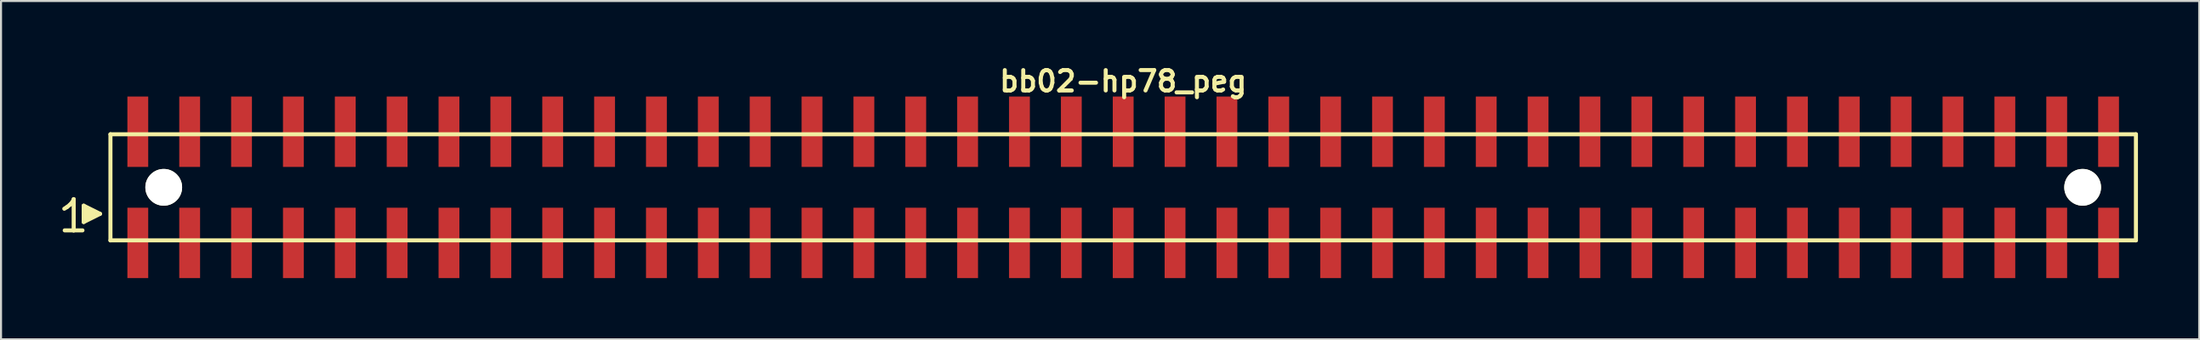
<source format=kicad_pcb>
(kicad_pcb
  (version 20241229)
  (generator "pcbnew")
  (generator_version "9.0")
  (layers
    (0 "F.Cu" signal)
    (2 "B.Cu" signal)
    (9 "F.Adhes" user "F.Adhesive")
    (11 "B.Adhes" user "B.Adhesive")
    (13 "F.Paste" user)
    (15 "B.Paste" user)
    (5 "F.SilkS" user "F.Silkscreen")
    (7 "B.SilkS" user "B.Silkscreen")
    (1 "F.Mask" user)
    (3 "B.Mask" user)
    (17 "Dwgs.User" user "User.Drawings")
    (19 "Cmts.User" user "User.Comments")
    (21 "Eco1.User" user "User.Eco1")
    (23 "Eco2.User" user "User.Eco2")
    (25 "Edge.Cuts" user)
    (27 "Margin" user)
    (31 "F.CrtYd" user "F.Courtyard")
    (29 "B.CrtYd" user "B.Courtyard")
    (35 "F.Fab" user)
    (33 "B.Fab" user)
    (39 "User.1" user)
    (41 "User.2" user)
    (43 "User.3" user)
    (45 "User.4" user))
  (footprint "bb02-hp78_peg"
    (layer "F.Cu")
    (at 51.959 6.132)
    (property "Reference" "bb02-hp78_peg" (at 0 -5.2 0) (layer "F.SilkS") (effects (font (size 0.998 0.998) (thickness 0.198))))
    (attr through_hole)
    (fp_line (start -51.86 1.05) (end -51.73 0.97) (stroke (width 0.198) (type solid)) (layer "F.SilkS"))
    (fp_line (start -51.73 0.97) (end -51.57 0.84) (stroke (width 0.198) (type solid)) (layer "F.SilkS"))
    (fp_line (start -51.57 0.84) (end -51.43 0.67) (stroke (width 0.198) (type solid)) (layer "F.SilkS"))
    (fp_line (start -51.43 0.67) (end -51.4 0.58) (stroke (width 0.198) (type solid)) (layer "F.SilkS"))
    (fp_line (start -51.4 0.58) (end -51.4 2.11) (stroke (width 0.198) (type solid)) (layer "F.SilkS"))
    (fp_line (start -51.4 2.11) (end -51.84 2.11) (stroke (width 0.198) (type solid)) (layer "F.SilkS"))
    (fp_line (start -50.97 2.11) (end -51.41 2.11) (stroke (width 0.198) (type solid)) (layer "F.SilkS"))
    (fp_line (start -50.91 0.9) (end -50.11 1.3) (stroke (width 0.198) (type solid)) (layer "F.SilkS"))
    (fp_line (start -50.91 1.7) (end -50.91 0.9) (stroke (width 0.198) (type solid)) (layer "F.SilkS"))
    (fp_line (start -50.81 1.6) (end -50.81 1) (stroke (width 0.198) (type solid)) (layer "F.SilkS"))
    (fp_line (start -50.71 1.1) (end -50.71 1.5) (stroke (width 0.198) (type solid)) (layer "F.SilkS"))
    (fp_line (start -50.61 1.5) (end -50.61 1.1) (stroke (width 0.198) (type solid)) (layer "F.SilkS"))
    (fp_line (start -50.51 1.2) (end -50.51 1.4) (stroke (width 0.198) (type solid)) (layer "F.SilkS"))
    (fp_line (start -50.41 1.4) (end -50.41 1.2) (stroke (width 0.198) (type solid)) (layer "F.SilkS"))
    (fp_line (start -50.11 1.3) (end -50.91 1.7) (stroke (width 0.198) (type solid)) (layer "F.SilkS"))
    (fp_line (start -49.6 -2.6) (end -49.6 2.6) (stroke (width 0.198) (type solid)) (layer "F.SilkS"))
    (fp_line (start -49.6 -2.6) (end 49.6 -2.6) (stroke (width 0.198) (type solid)) (layer "F.SilkS"))
    (fp_line (start 49.6 2.6) (end -49.6 2.6) (stroke (width 0.198) (type solid)) (layer "F.SilkS"))
    (fp_line (start 49.6 2.6) (end 49.6 -2.6) (stroke (width 0.198) (type solid)) (layer "F.SilkS"))
    (pad "" np_thru_hole circle (at -46.99 0) (size 1.8 1.8) (drill 1.8) (layers "*.Cu" "*.Mask" "F.SilkS"))
    (pad "" np_thru_hole circle (at 46.99 0) (size 1.8 1.8) (drill 1.8) (layers "*.Cu" "*.Mask" "F.SilkS"))
    (pad "1" smd rect (at -48.26 2.725) (size 1.02 3.45) (layers "F.Cu" "F.Mask" "F.Paste"))
    (pad "2" smd rect (at -48.26 -2.725) (size 1.02 3.45) (layers "F.Cu" "F.Mask" "F.Paste"))
    (pad "3" smd rect (at -45.72 2.725) (size 1.02 3.45) (layers "F.Cu" "F.Mask" "F.Paste"))
    (pad "4" smd rect (at -45.72 -2.725) (size 1.02 3.45) (layers "F.Cu" "F.Mask" "F.Paste"))
    (pad "5" smd rect (at -43.18 2.725) (size 1.02 3.45) (layers "F.Cu" "F.Mask" "F.Paste"))
    (pad "6" smd rect (at -43.18 -2.725) (size 1.02 3.45) (layers "F.Cu" "F.Mask" "F.Paste"))
    (pad "7" smd rect (at -40.64 2.725) (size 1.02 3.45) (layers "F.Cu" "F.Mask" "F.Paste"))
    (pad "8" smd rect (at -40.64 -2.725) (size 1.02 3.45) (layers "F.Cu" "F.Mask" "F.Paste"))
    (pad "9" smd rect (at -38.1 2.725) (size 1.02 3.45) (layers "F.Cu" "F.Mask" "F.Paste"))
    (pad "10" smd rect (at -38.1 -2.725) (size 1.02 3.45) (layers "F.Cu" "F.Mask" "F.Paste"))
    (pad "11" smd rect (at -35.56 2.725) (size 1.02 3.45) (layers "F.Cu" "F.Mask" "F.Paste"))
    (pad "12" smd rect (at -35.56 -2.725) (size 1.02 3.45) (layers "F.Cu" "F.Mask" "F.Paste"))
    (pad "13" smd rect (at -33.02 2.725) (size 1.02 3.45) (layers "F.Cu" "F.Mask" "F.Paste"))
    (pad "14" smd rect (at -33.02 -2.725) (size 1.02 3.45) (layers "F.Cu" "F.Mask" "F.Paste"))
    (pad "15" smd rect (at -30.48 2.725) (size 1.02 3.45) (layers "F.Cu" "F.Mask" "F.Paste"))
    (pad "16" smd rect (at -30.48 -2.725) (size 1.02 3.45) (layers "F.Cu" "F.Mask" "F.Paste"))
    (pad "17" smd rect (at -27.94 2.725) (size 1.02 3.45) (layers "F.Cu" "F.Mask" "F.Paste"))
    (pad "18" smd rect (at -27.94 -2.725) (size 1.02 3.45) (layers "F.Cu" "F.Mask" "F.Paste"))
    (pad "19" smd rect (at -25.4 2.725) (size 1.02 3.45) (layers "F.Cu" "F.Mask" "F.Paste"))
    (pad "20" smd rect (at -25.4 -2.725) (size 1.02 3.45) (layers "F.Cu" "F.Mask" "F.Paste"))
    (pad "21" smd rect (at -22.86 2.725) (size 1.02 3.45) (layers "F.Cu" "F.Mask" "F.Paste"))
    (pad "22" smd rect (at -22.86 -2.725) (size 1.02 3.45) (layers "F.Cu" "F.Mask" "F.Paste"))
    (pad "23" smd rect (at -20.32 2.725) (size 1.02 3.45) (layers "F.Cu" "F.Mask" "F.Paste"))
    (pad "24" smd rect (at -20.32 -2.725) (size 1.02 3.45) (layers "F.Cu" "F.Mask" "F.Paste"))
    (pad "25" smd rect (at -17.78 2.725) (size 1.02 3.45) (layers "F.Cu" "F.Mask" "F.Paste"))
    (pad "26" smd rect (at -17.78 -2.725) (size 1.02 3.45) (layers "F.Cu" "F.Mask" "F.Paste"))
    (pad "27" smd rect (at -15.24 2.725) (size 1.02 3.45) (layers "F.Cu" "F.Mask" "F.Paste"))
    (pad "28" smd rect (at -15.24 -2.725) (size 1.02 3.45) (layers "F.Cu" "F.Mask" "F.Paste"))
    (pad "29" smd rect (at -12.7 2.725) (size 1.02 3.45) (layers "F.Cu" "F.Mask" "F.Paste"))
    (pad "30" smd rect (at -12.7 -2.725) (size 1.02 3.45) (layers "F.Cu" "F.Mask" "F.Paste"))
    (pad "31" smd rect (at -10.16 2.725) (size 1.02 3.45) (layers "F.Cu" "F.Mask" "F.Paste"))
    (pad "32" smd rect (at -10.16 -2.725) (size 1.02 3.45) (layers "F.Cu" "F.Mask" "F.Paste"))
    (pad "33" smd rect (at -7.62 2.725) (size 1.02 3.45) (layers "F.Cu" "F.Mask" "F.Paste"))
    (pad "34" smd rect (at -7.62 -2.725) (size 1.02 3.45) (layers "F.Cu" "F.Mask" "F.Paste"))
    (pad "35" smd rect (at -5.08 2.725) (size 1.02 3.45) (layers "F.Cu" "F.Mask" "F.Paste"))
    (pad "36" smd rect (at -5.08 -2.725) (size 1.02 3.45) (layers "F.Cu" "F.Mask" "F.Paste"))
    (pad "37" smd rect (at -2.54 2.725) (size 1.02 3.45) (layers "F.Cu" "F.Mask" "F.Paste"))
    (pad "38" smd rect (at -2.54 -2.725) (size 1.02 3.45) (layers "F.Cu" "F.Mask" "F.Paste"))
    (pad "39" smd rect (at 0 2.725) (size 1.02 3.45) (layers "F.Cu" "F.Mask" "F.Paste"))
    (pad "40" smd rect (at 0 -2.725) (size 1.02 3.45) (layers "F.Cu" "F.Mask" "F.Paste"))
    (pad "41" smd rect (at 2.54 2.725) (size 1.02 3.45) (layers "F.Cu" "F.Mask" "F.Paste"))
    (pad "42" smd rect (at 2.54 -2.725) (size 1.02 3.45) (layers "F.Cu" "F.Mask" "F.Paste"))
    (pad "43" smd rect (at 5.08 2.725) (size 1.02 3.45) (layers "F.Cu" "F.Mask" "F.Paste"))
    (pad "44" smd rect (at 5.08 -2.725) (size 1.02 3.45) (layers "F.Cu" "F.Mask" "F.Paste"))
    (pad "45" smd rect (at 7.62 2.725) (size 1.02 3.45) (layers "F.Cu" "F.Mask" "F.Paste"))
    (pad "46" smd rect (at 7.62 -2.725) (size 1.02 3.45) (layers "F.Cu" "F.Mask" "F.Paste"))
    (pad "47" smd rect (at 10.16 2.725) (size 1.02 3.45) (layers "F.Cu" "F.Mask" "F.Paste"))
    (pad "48" smd rect (at 10.16 -2.725) (size 1.02 3.45) (layers "F.Cu" "F.Mask" "F.Paste"))
    (pad "49" smd rect (at 12.7 2.725) (size 1.02 3.45) (layers "F.Cu" "F.Mask" "F.Paste"))
    (pad "50" smd rect (at 12.7 -2.725) (size 1.02 3.45) (layers "F.Cu" "F.Mask" "F.Paste"))
    (pad "51" smd rect (at 15.24 2.725) (size 1.02 3.45) (layers "F.Cu" "F.Mask" "F.Paste"))
    (pad "52" smd rect (at 15.24 -2.725) (size 1.02 3.45) (layers "F.Cu" "F.Mask" "F.Paste"))
    (pad "53" smd rect (at 17.78 2.725) (size 1.02 3.45) (layers "F.Cu" "F.Mask" "F.Paste"))
    (pad "54" smd rect (at 17.78 -2.725) (size 1.02 3.45) (layers "F.Cu" "F.Mask" "F.Paste"))
    (pad "55" smd rect (at 20.32 2.725) (size 1.02 3.45) (layers "F.Cu" "F.Mask" "F.Paste"))
    (pad "56" smd rect (at 20.32 -2.725) (size 1.02 3.45) (layers "F.Cu" "F.Mask" "F.Paste"))
    (pad "57" smd rect (at 22.86 2.725) (size 1.02 3.45) (layers "F.Cu" "F.Mask" "F.Paste"))
    (pad "58" smd rect (at 22.86 -2.725) (size 1.02 3.45) (layers "F.Cu" "F.Mask" "F.Paste"))
    (pad "59" smd rect (at 25.4 2.725) (size 1.02 3.45) (layers "F.Cu" "F.Mask" "F.Paste"))
    (pad "60" smd rect (at 25.4 -2.725) (size 1.02 3.45) (layers "F.Cu" "F.Mask" "F.Paste"))
    (pad "61" smd rect (at 27.94 2.725) (size 1.02 3.45) (layers "F.Cu" "F.Mask" "F.Paste"))
    (pad "62" smd rect (at 27.94 -2.725) (size 1.02 3.45) (layers "F.Cu" "F.Mask" "F.Paste"))
    (pad "63" smd rect (at 30.48 2.725) (size 1.02 3.45) (layers "F.Cu" "F.Mask" "F.Paste"))
    (pad "64" smd rect (at 30.48 -2.725) (size 1.02 3.45) (layers "F.Cu" "F.Mask" "F.Paste"))
    (pad "65" smd rect (at 33.02 2.725) (size 1.02 3.45) (layers "F.Cu" "F.Mask" "F.Paste"))
    (pad "66" smd rect (at 33.02 -2.725) (size 1.02 3.45) (layers "F.Cu" "F.Mask" "F.Paste"))
    (pad "67" smd rect (at 35.56 2.725) (size 1.02 3.45) (layers "F.Cu" "F.Mask" "F.Paste"))
    (pad "68" smd rect (at 35.56 -2.725) (size 1.02 3.45) (layers "F.Cu" "F.Mask" "F.Paste"))
    (pad "69" smd rect (at 38.1 2.725) (size 1.02 3.45) (layers "F.Cu" "F.Mask" "F.Paste"))
    (pad "70" smd rect (at 38.1 -2.725) (size 1.02 3.45) (layers "F.Cu" "F.Mask" "F.Paste"))
    (pad "71" smd rect (at 40.64 2.725) (size 1.02 3.45) (layers "F.Cu" "F.Mask" "F.Paste"))
    (pad "72" smd rect (at 40.64 -2.725) (size 1.02 3.45) (layers "F.Cu" "F.Mask" "F.Paste"))
    (pad "73" smd rect (at 43.18 2.725) (size 1.02 3.45) (layers "F.Cu" "F.Mask" "F.Paste"))
    (pad "74" smd rect (at 43.18 -2.725) (size 1.02 3.45) (layers "F.Cu" "F.Mask" "F.Paste"))
    (pad "75" smd rect (at 45.72 2.725) (size 1.02 3.45) (layers "F.Cu" "F.Mask" "F.Paste"))
    (pad "76" smd rect (at 45.72 -2.725) (size 1.02 3.45) (layers "F.Cu" "F.Mask" "F.Paste"))
    (pad "77" smd rect (at 48.26 2.725) (size 1.02 3.45) (layers "F.Cu" "F.Mask" "F.Paste"))
    (pad "78" smd rect (at 48.26 -2.725) (size 1.02 3.45) (layers "F.Cu" "F.Mask" "F.Paste")))
  (gr_rect
    (start -3 -3)
    (end 104.658 13.582)
    (stroke (width 0.1) (type default))
    (fill no)
    (layer "Edge.Cuts")))
</source>
